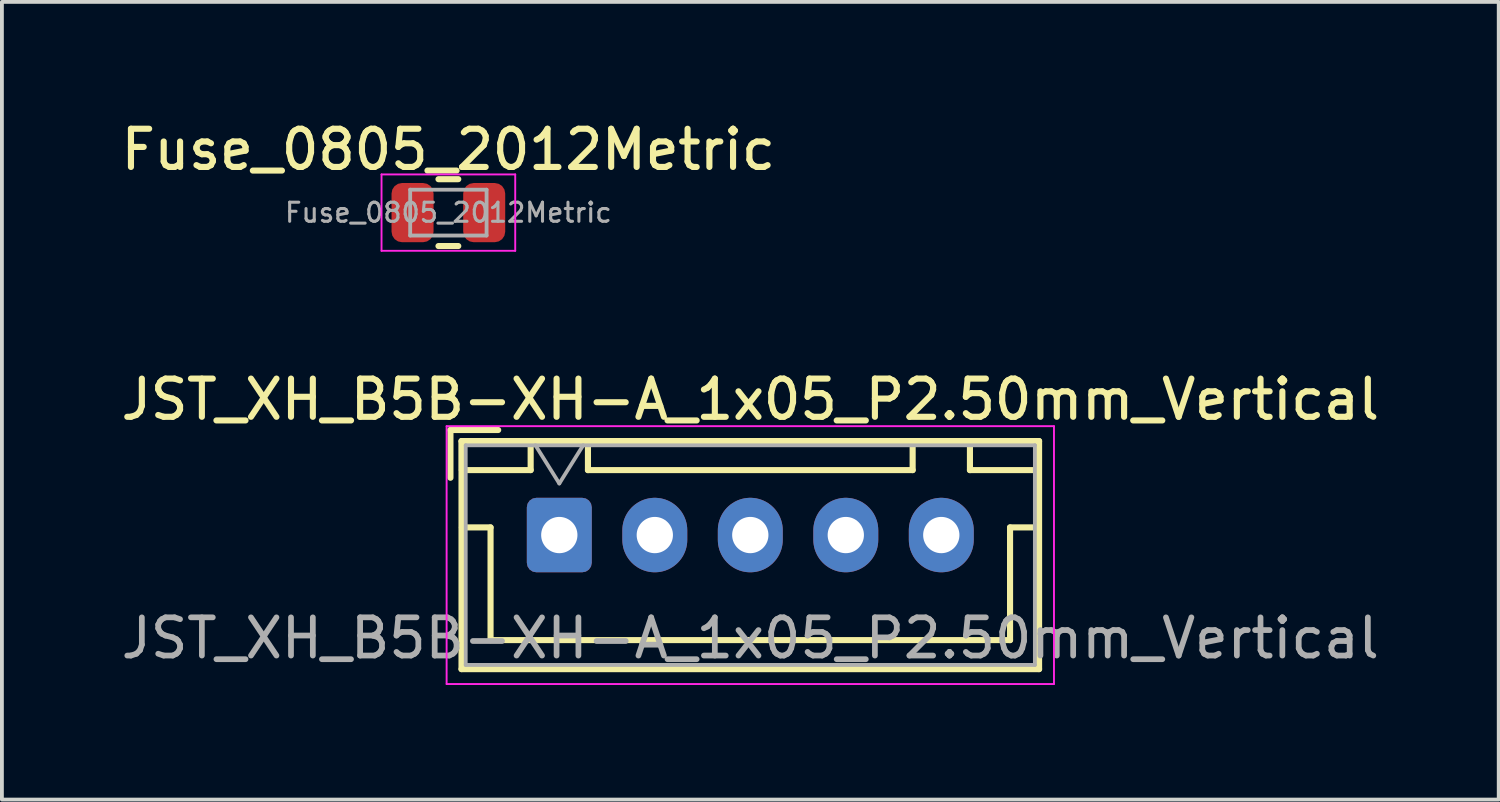
<source format=kicad_pcb>
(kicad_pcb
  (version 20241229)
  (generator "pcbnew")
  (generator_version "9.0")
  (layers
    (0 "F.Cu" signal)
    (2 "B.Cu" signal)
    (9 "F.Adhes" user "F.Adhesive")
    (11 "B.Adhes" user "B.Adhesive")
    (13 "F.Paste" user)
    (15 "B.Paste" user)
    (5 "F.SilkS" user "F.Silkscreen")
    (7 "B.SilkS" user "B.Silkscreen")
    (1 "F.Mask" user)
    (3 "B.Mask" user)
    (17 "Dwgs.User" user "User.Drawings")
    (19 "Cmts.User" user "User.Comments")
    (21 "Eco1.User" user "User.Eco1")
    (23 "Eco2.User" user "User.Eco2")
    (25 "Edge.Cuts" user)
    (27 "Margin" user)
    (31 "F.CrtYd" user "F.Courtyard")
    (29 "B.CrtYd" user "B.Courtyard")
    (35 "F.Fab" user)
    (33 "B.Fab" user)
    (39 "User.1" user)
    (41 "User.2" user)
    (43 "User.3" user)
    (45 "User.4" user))
  (footprint "Fuse_0805_2012Metric"
    (layer "F.Cu")
    (at 8.688 2.516)
    (property "Reference" "Fuse_0805_2012Metric" (at 0 -1.65 0) (layer "F.SilkS") (effects (font (size 1 1) (thickness 0.16))))
    (attr smd)
    (fp_line (start -0.259 -0.875) (end 0.259 -0.875) (stroke (width 0.16) (type solid)) (layer "F.SilkS"))
    (fp_line (start -0.259 0.875) (end 0.259 0.875) (stroke (width 0.16) (type solid)) (layer "F.SilkS"))
    (fp_line (start -1.75 -1) (end 1.75 -1) (stroke (width 0.05) (type solid)) (layer "F.CrtYd"))
    (fp_line (start -1.75 1) (end -1.75 -1) (stroke (width 0.05) (type solid)) (layer "F.CrtYd"))
    (fp_line (start 1.75 -1) (end 1.75 1) (stroke (width 0.05) (type solid)) (layer "F.CrtYd"))
    (fp_line (start 1.75 1) (end -1.75 1) (stroke (width 0.05) (type solid)) (layer "F.CrtYd"))
    (fp_line (start -1 -0.6) (end 1 -0.6) (stroke (width 0.1) (type solid)) (layer "F.Fab"))
    (fp_line (start -1 0.6) (end -1 -0.6) (stroke (width 0.1) (type solid)) (layer "F.Fab"))
    (fp_line (start 1 -0.6) (end 1 0.6) (stroke (width 0.1) (type solid)) (layer "F.Fab"))
    (fp_line (start 1 0.6) (end -1 0.6) (stroke (width 0.1) (type solid)) (layer "F.Fab"))
    (fp_text user "${REFERENCE}" (at 0 0 0) (layer "F.Fab") (effects (font (size 0.5 0.5) (thickness 0.08))))
    (pad "1" smd roundrect (at -0.938 0) (size 1.1 1.55) (layers "F.Cu" "F.Mask" "F.Paste") (roundrect_rratio 0.25))
    (pad "2" smd roundrect (at 0.938 0) (size 1.1 1.55) (layers "F.Cu" "F.Mask" "F.Paste") (roundrect_rratio 0.25)))
  (footprint "JST_XH_B5B-XH-A_1x05_P2.50mm_Vertical"
    (layer "F.Cu")
    (at 11.592 10.957)
    (property "Reference" "JST_XH_B5B-XH-A_1x05_P2.50mm_Vertical" (at 5 -3.55 0) (layer "F.SilkS") (effects (font (size 1 1) (thickness 0.16))))
    (attr through_hole)
    (fp_line (start -2.85 -2.75) (end -2.85 -1.5) (stroke (width 0.16) (type solid)) (layer "F.SilkS"))
    (fp_line (start -2.56 -2.46) (end -2.56 3.51) (stroke (width 0.16) (type solid)) (layer "F.SilkS"))
    (fp_line (start -2.56 3.51) (end 12.56 3.51) (stroke (width 0.16) (type solid)) (layer "F.SilkS"))
    (fp_line (start -2.55 -2.45) (end -2.55 -1.7) (stroke (width 0.16) (type solid)) (layer "F.SilkS"))
    (fp_line (start -2.55 -1.7) (end -0.75 -1.7) (stroke (width 0.16) (type solid)) (layer "F.SilkS"))
    (fp_line (start -2.55 -0.2) (end -1.8 -0.2) (stroke (width 0.16) (type solid)) (layer "F.SilkS"))
    (fp_line (start -1.8 -0.2) (end -1.8 2.75) (stroke (width 0.16) (type solid)) (layer "F.SilkS"))
    (fp_line (start -1.8 2.75) (end 5 2.75) (stroke (width 0.16) (type solid)) (layer "F.SilkS"))
    (fp_line (start -1.6 -2.75) (end -2.85 -2.75) (stroke (width 0.16) (type solid)) (layer "F.SilkS"))
    (fp_line (start -0.75 -2.45) (end -2.55 -2.45) (stroke (width 0.16) (type solid)) (layer "F.SilkS"))
    (fp_line (start -0.75 -1.7) (end -0.75 -2.45) (stroke (width 0.16) (type solid)) (layer "F.SilkS"))
    (fp_line (start 0.75 -2.45) (end 0.75 -1.7) (stroke (width 0.16) (type solid)) (layer "F.SilkS"))
    (fp_line (start 0.75 -1.7) (end 9.25 -1.7) (stroke (width 0.16) (type solid)) (layer "F.SilkS"))
    (fp_line (start 9.25 -2.45) (end 0.75 -2.45) (stroke (width 0.16) (type solid)) (layer "F.SilkS"))
    (fp_line (start 9.25 -1.7) (end 9.25 -2.45) (stroke (width 0.16) (type solid)) (layer "F.SilkS"))
    (fp_line (start 10.75 -2.45) (end 10.75 -1.7) (stroke (width 0.16) (type solid)) (layer "F.SilkS"))
    (fp_line (start 10.75 -1.7) (end 12.55 -1.7) (stroke (width 0.16) (type solid)) (layer "F.SilkS"))
    (fp_line (start 11.8 -0.2) (end 11.8 2.75) (stroke (width 0.16) (type solid)) (layer "F.SilkS"))
    (fp_line (start 11.8 2.75) (end 5 2.75) (stroke (width 0.16) (type solid)) (layer "F.SilkS"))
    (fp_line (start 12.55 -2.45) (end 10.75 -2.45) (stroke (width 0.16) (type solid)) (layer "F.SilkS"))
    (fp_line (start 12.55 -1.7) (end 12.55 -2.45) (stroke (width 0.16) (type solid)) (layer "F.SilkS"))
    (fp_line (start 12.55 -0.2) (end 11.8 -0.2) (stroke (width 0.16) (type solid)) (layer "F.SilkS"))
    (fp_line (start 12.56 -2.46) (end -2.56 -2.46) (stroke (width 0.16) (type solid)) (layer "F.SilkS"))
    (fp_line (start 12.56 3.51) (end 12.56 -2.46) (stroke (width 0.16) (type solid)) (layer "F.SilkS"))
    (fp_line (start -2.95 -2.85) (end -2.95 3.9) (stroke (width 0.05) (type solid)) (layer "F.CrtYd"))
    (fp_line (start -2.95 3.9) (end 12.95 3.9) (stroke (width 0.05) (type solid)) (layer "F.CrtYd"))
    (fp_line (start 12.95 -2.85) (end -2.95 -2.85) (stroke (width 0.05) (type solid)) (layer "F.CrtYd"))
    (fp_line (start 12.95 3.9) (end 12.95 -2.85) (stroke (width 0.05) (type solid)) (layer "F.CrtYd"))
    (fp_line (start -2.45 -2.35) (end -2.45 3.4) (stroke (width 0.1) (type solid)) (layer "F.Fab"))
    (fp_line (start -2.45 3.4) (end 12.45 3.4) (stroke (width 0.1) (type solid)) (layer "F.Fab"))
    (fp_line (start -0.625 -2.35) (end 0 -1.35) (stroke (width 0.1) (type solid)) (layer "F.Fab"))
    (fp_line (start 0 -1.35) (end 0.625 -2.35) (stroke (width 0.1) (type solid)) (layer "F.Fab"))
    (fp_line (start 12.45 -2.35) (end -2.45 -2.35) (stroke (width 0.1) (type solid)) (layer "F.Fab"))
    (fp_line (start 12.45 3.4) (end 12.45 -2.35) (stroke (width 0.1) (type solid)) (layer "F.Fab"))
    (fp_text user "${REFERENCE}" (at 5 2.7 0) (layer "F.Fab") (effects (font (size 1 1) (thickness 0.15))))
    (pad "1" thru_hole roundrect (at 0 0) (size 1.7 1.95) (drill 0.95) (layers "*.Cu" "*.Mask") (roundrect_rratio 0.147))
    (pad "2" thru_hole oval (at 2.5 0) (size 1.7 1.95) (drill 0.95) (layers "*.Cu" "*.Mask"))
    (pad "3" thru_hole oval (at 5 0) (size 1.7 1.95) (drill 0.95) (layers "*.Cu" "*.Mask"))
    (pad "4" thru_hole oval (at 7.5 0) (size 1.7 1.95) (drill 0.95) (layers "*.Cu" "*.Mask"))
    (pad "5" thru_hole oval (at 10 0) (size 1.7 1.95) (drill 0.95) (layers "*.Cu" "*.Mask")))
  (gr_rect
    (start -3 -3)
    (end 36.185 17.882)
    (stroke (width 0.1) (type default))
    (fill no)
    (layer "Edge.Cuts")))
</source>
